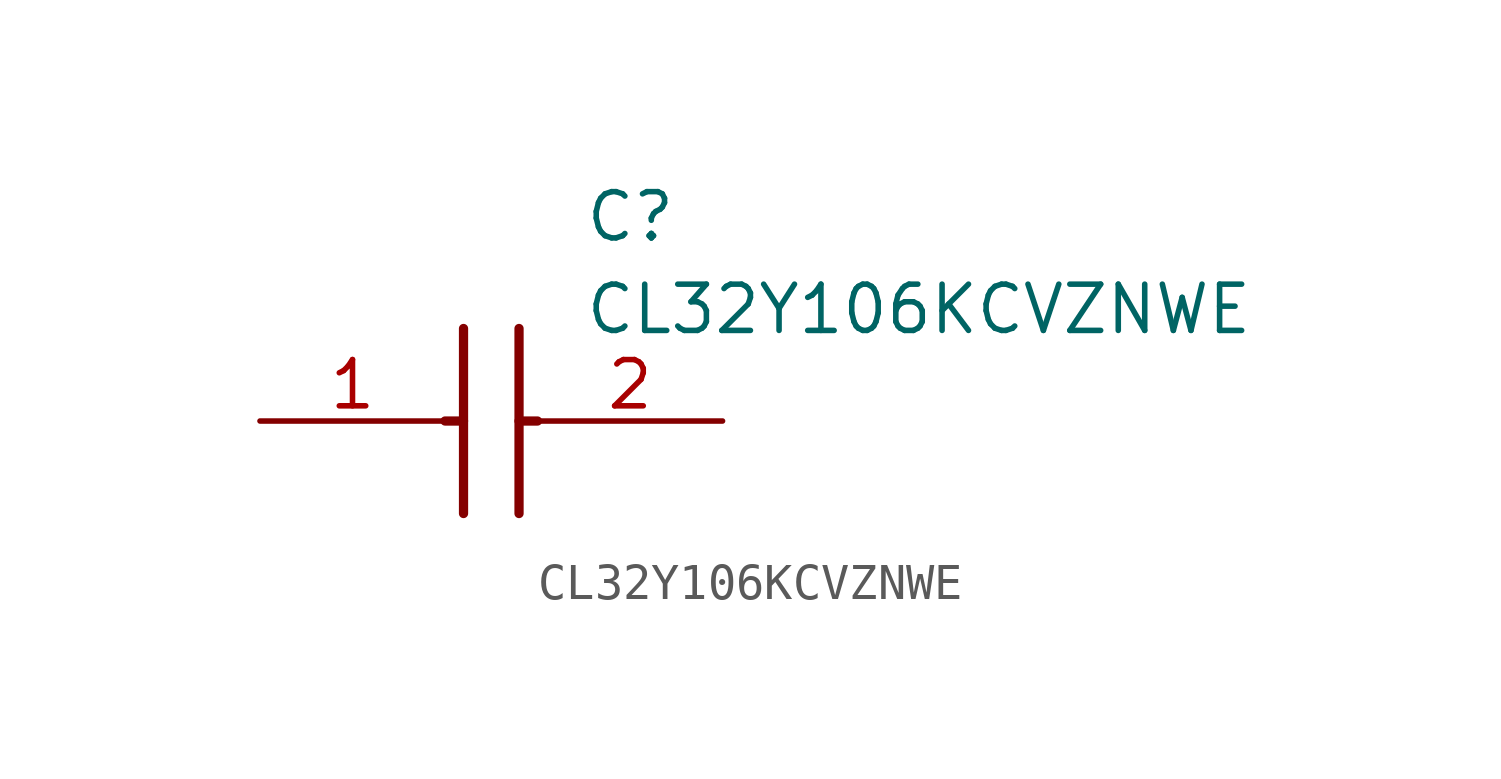
<source format=kicad_sym>
(kicad_symbol_lib
  (version 20211014)
  (generator SamacSys_ECAD_Model)
  (symbol "CL32Y106KCVZNWE"
    (pin_names hide)
    (property "Reference" "C"
      (at 8.89 6.35 0)
      (effects (font (size 1.27 1.27)) (justify left top)))
    (property "Value" "CL32Y106KCVZNWE"
      (at 8.89 3.81 0)
      (effects (font (size 1.27 1.27)) (justify left top)))
    (polyline
      (pts (xy 5.588 2.54) (xy 5.588 -2.54))
      (stroke (width 0.254) (type default))
      (fill (type none)))
    (polyline
      (pts (xy 7.112 2.54) (xy 7.112 -2.54))
      (stroke (width 0.254) (type default))
      (fill (type none)))
    (polyline
      (pts (xy 5.08 0) (xy 5.588 0))
      (stroke (width 0.254) (type default))
      (fill (type none)))
    (polyline
      (pts (xy 7.112 0) (xy 7.62 0))
      (stroke (width 0.254) (type default))
      (fill (type none)))
    (pin passive line
      (at 0 0 0)
      (length 5.08)
      (name "1" (effects (font (size 1.27 1.27))))
      (number "1" (effects (font (size 1.27 1.27)))))
    (pin passive line
      (at 12.7 0 180)
      (length 5.08)
      (name "2" (effects (font (size 1.27 1.27))))
      (number "2" (effects (font (size 1.27 1.27)))))))
</source>
